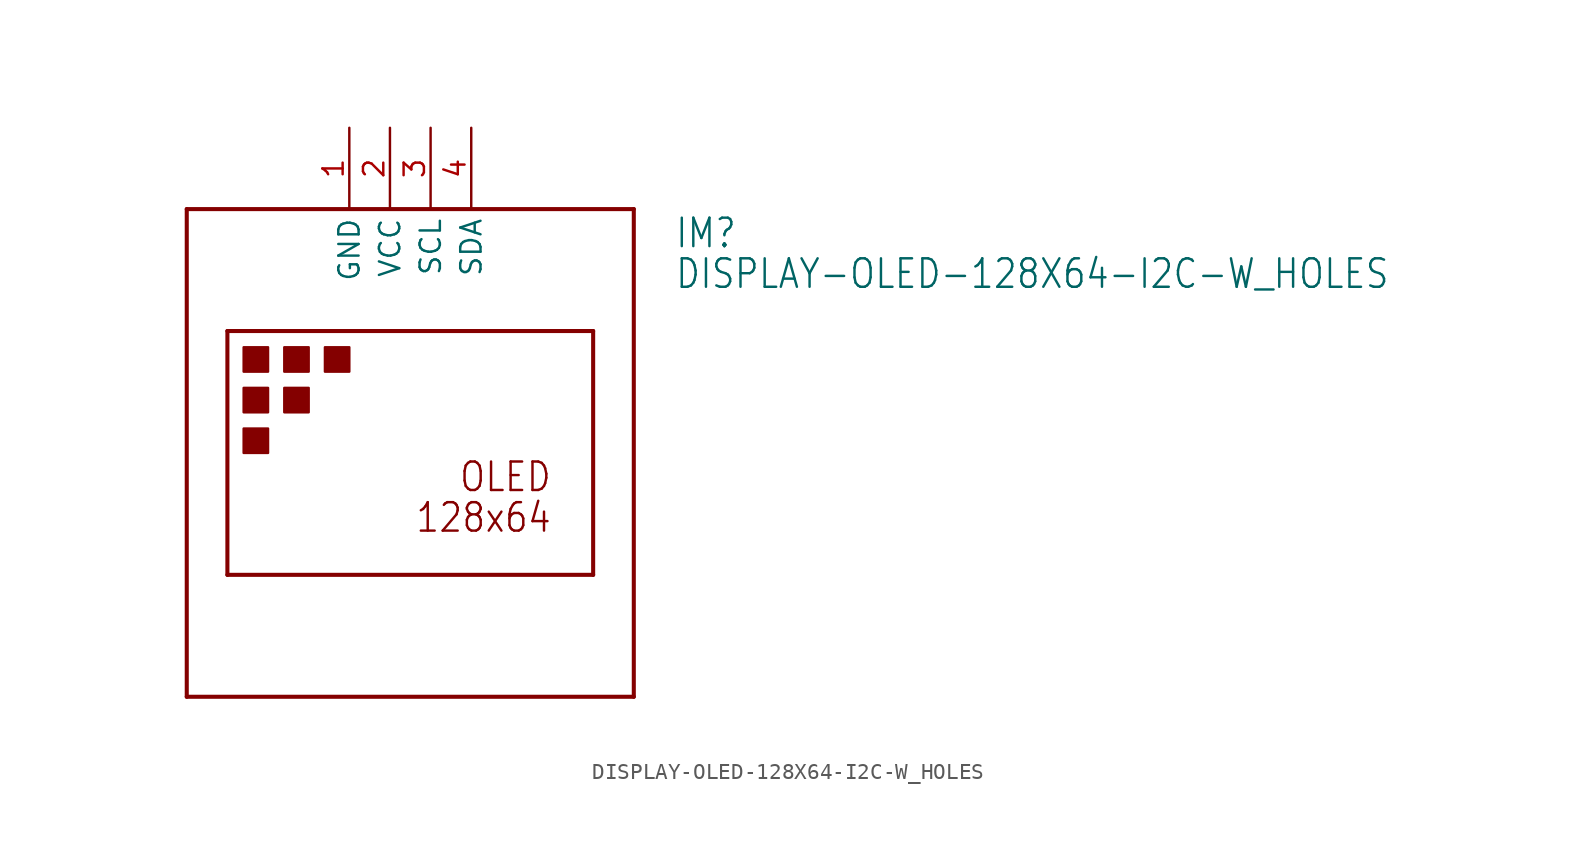
<source format=kicad_sym>
(kicad_symbol_lib
  (version 20211014)
  (generator kicad_symbol_editor)
  (symbol "DISPLAY-OLED-128X64-I2C-W_HOLES"
    (property "Reference" "IM"
      (at 15.24 12.7 0)
      (effects (font (size 1.778 1.511)) (justify left bottom)))
    (property "Value" "DISPLAY-OLED-128X64-I2C-W_HOLES"
      (at 15.24 10.16 0)
      (effects (font (size 1.778 1.511)) (justify left bottom)))
    (property "ki_locked" ""
      (at 0 0 0)
      (effects (font (size 1.27 1.27))))
    (symbol "DISPLAY-OLED-128X64-I2C-W_HOLES_1_0"
      (rectangle (start -11.684 0) (end -10.16 1.524) (stroke (width 0) (type default) (color 0 0 0 0)) (fill (type outline)))
      (rectangle (start -11.684 2.54) (end -10.16 4.064) (stroke (width 0) (type default) (color 0 0 0 0)) (fill (type outline)))
      (rectangle (start -11.684 5.08) (end -10.16 6.604) (stroke (width 0) (type default) (color 0 0 0 0)) (fill (type outline)))
      (rectangle (start -9.144 2.54) (end -7.62 4.064) (stroke (width 0) (type default) (color 0 0 0 0)) (fill (type outline)))
      (rectangle (start -9.144 5.08) (end -7.62 6.604) (stroke (width 0) (type default) (color 0 0 0 0)) (fill (type outline)))
      (rectangle (start -6.604 5.08) (end -5.08 6.604) (stroke (width 0) (type default) (color 0 0 0 0)) (fill (type outline)))
      (polyline (pts (xy -15.24 -15.24) (xy -15.24 15.24)) (stroke (width 0.254) (type default) (color 0 0 0 0)) (fill (type none)))
      (polyline (pts (xy -15.24 15.24) (xy 12.7 15.24)) (stroke (width 0.254) (type default) (color 0 0 0 0)) (fill (type none)))
      (polyline (pts (xy -12.7 -7.62) (xy -12.7 7.62)) (stroke (width 0.254) (type default) (color 0 0 0 0)) (fill (type none)))
      (polyline (pts (xy -12.7 7.62) (xy 10.16 7.62)) (stroke (width 0.254) (type default) (color 0 0 0 0)) (fill (type none)))
      (polyline (pts (xy 10.16 -7.62) (xy -12.7 -7.62)) (stroke (width 0.254) (type default) (color 0 0 0 0)) (fill (type none)))
      (polyline (pts (xy 10.16 7.62) (xy 10.16 -7.62)) (stroke (width 0.254) (type default) (color 0 0 0 0)) (fill (type none)))
      (polyline (pts (xy 12.7 -15.24) (xy -15.24 -15.24)) (stroke (width 0.254) (type default) (color 0 0 0 0)) (fill (type none)))
      (polyline (pts (xy 12.7 15.24) (xy 12.7 -15.24)) (stroke (width 0.254) (type default) (color 0 0 0 0)) (fill (type none)))
      (text "128x64" (at 7.62 -5.08 0) (effects (font (size 1.778 1.511)) (justify right bottom)))
      (text "OLED" (at 7.62 -2.54 0) (effects (font (size 1.778 1.511)) (justify right bottom)))
      (pin power_in line (at -5.08 20.32 270) (length 5.08) (name "GND" (effects (font (size 1.27 1.27)))) (number "1" (effects (font (size 1.27 1.27)))))
      (pin power_in line (at -2.54 20.32 270) (length 5.08) (name "VCC" (effects (font (size 1.27 1.27)))) (number "2" (effects (font (size 1.27 1.27)))))
      (pin input line (at 0 20.32 270) (length 5.08) (name "SCL" (effects (font (size 1.27 1.27)))) (number "3" (effects (font (size 1.27 1.27)))))
      (pin bidirectional line (at 2.54 20.32 270) (length 5.08) (name "SDA" (effects (font (size 1.27 1.27)))) (number "4" (effects (font (size 1.27 1.27))))))))
</source>
